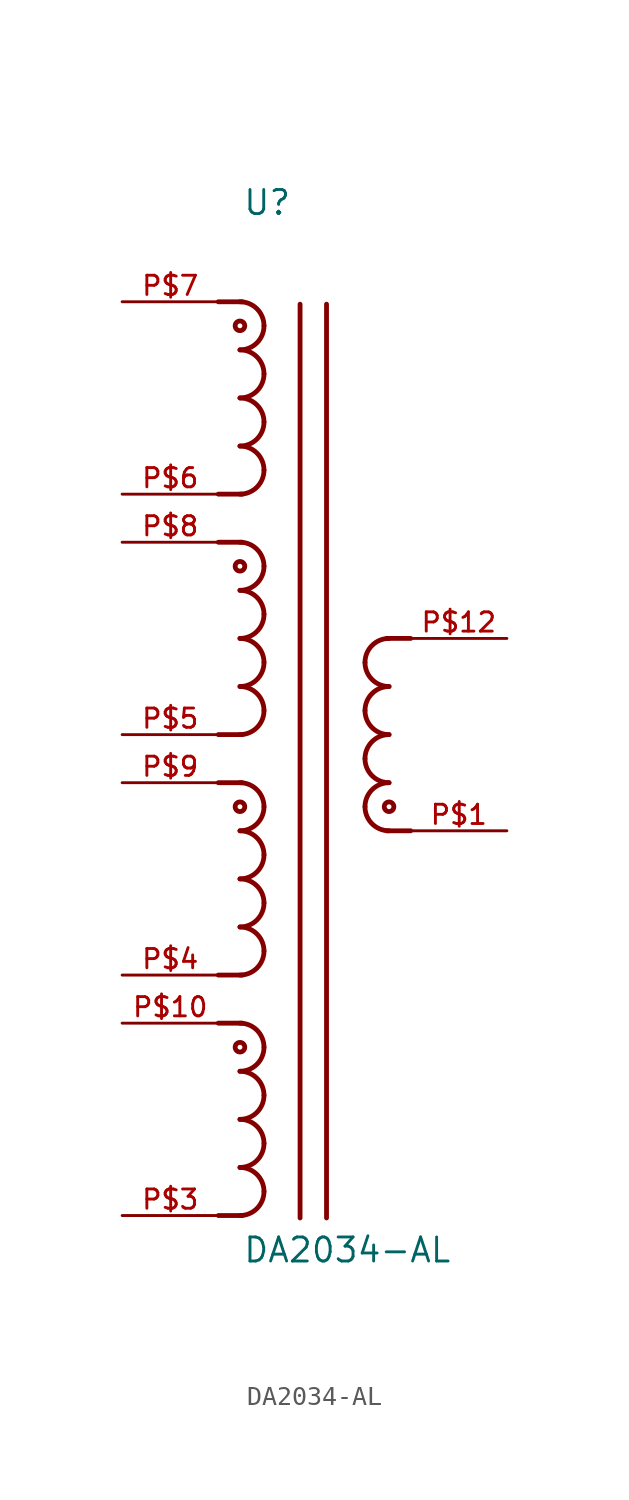
<source format=kicad_sym>
(kicad_symbol_lib
  (version 20211014)
  (generator kicad_symbol_editor)
  (symbol "DA2034-AL"
    (pin_names
      (offset 1.016) hide)
    (property "Reference" "U"
      (at -6.35 27.356 0)
      (effects (font (size 1.27 1.27)) (justify left bottom)))
    (property "Value" "DA2034-AL"
      (at -6.35 -27.965 0)
      (effects (font (size 1.27 1.27)) (justify left bottom)))
    (property "ki_locked" ""
      (at 0 0 0)
      (effects (font (size 1.27 1.27))))
    (symbol "DA2034-AL_0_0"
      (arc (start -6.477 -25.4) (mid -5.579 -25.028) (end -5.207 -24.13) (stroke (width 0.254) (type default) (color 0 0 0 0)) (fill (type none)))
      (arc (start -6.477 -22.86) (mid -5.579 -22.488) (end -5.207 -21.59) (stroke (width 0.254) (type default) (color 0 0 0 0)) (fill (type none)))
      (arc (start -6.477 -20.32) (mid -5.579 -19.948) (end -5.207 -19.05) (stroke (width 0.254) (type default) (color 0 0 0 0)) (fill (type none)))
      (arc (start -6.477 -17.78) (mid -5.579 -17.408) (end -5.207 -16.51) (stroke (width 0.254) (type default) (color 0 0 0 0)) (fill (type none)))
      (circle (center -6.477 -16.51) (radius 0.254) (stroke (width 0.254) (type default) (color 0 0 0 0)) (fill (type none)))
      (arc (start -6.477 -12.7) (mid -5.579 -12.328) (end -5.207 -11.43) (stroke (width 0.254) (type default) (color 0 0 0 0)) (fill (type none)))
      (arc (start -6.477 -10.16) (mid -5.579 -9.788) (end -5.207 -8.89) (stroke (width 0.254) (type default) (color 0 0 0 0)) (fill (type none)))
      (arc (start -6.477 -7.62) (mid -5.579 -7.248) (end -5.207 -6.35) (stroke (width 0.254) (type default) (color 0 0 0 0)) (fill (type none)))
      (arc (start -6.477 -5.08) (mid -5.579 -4.708) (end -5.207 -3.81) (stroke (width 0.254) (type default) (color 0 0 0 0)) (fill (type none)))
      (circle (center -6.477 -3.81) (radius 0.254) (stroke (width 0.254) (type default) (color 0 0 0 0)) (fill (type none)))
      (arc (start -6.477 0) (mid -5.579 0.372) (end -5.207 1.27) (stroke (width 0.254) (type default) (color 0 0 0 0)) (fill (type none)))
      (arc (start -6.477 2.54) (mid -5.579 2.912) (end -5.207 3.81) (stroke (width 0.254) (type default) (color 0 0 0 0)) (fill (type none)))
      (arc (start -6.477 5.08) (mid -5.579 5.452) (end -5.207 6.35) (stroke (width 0.254) (type default) (color 0 0 0 0)) (fill (type none)))
      (arc (start -6.477 7.62) (mid -5.579 7.992) (end -5.207 8.89) (stroke (width 0.254) (type default) (color 0 0 0 0)) (fill (type none)))
      (circle (center -6.477 8.89) (radius 0.254) (stroke (width 0.254) (type default) (color 0 0 0 0)) (fill (type none)))
      (arc (start -6.477 12.7) (mid -5.579 13.072) (end -5.207 13.97) (stroke (width 0.254) (type default) (color 0 0 0 0)) (fill (type none)))
      (arc (start -6.477 15.24) (mid -5.579 15.612) (end -5.207 16.51) (stroke (width 0.254) (type default) (color 0 0 0 0)) (fill (type none)))
      (arc (start -6.477 17.78) (mid -5.579 18.152) (end -5.207 19.05) (stroke (width 0.254) (type default) (color 0 0 0 0)) (fill (type none)))
      (arc (start -6.477 20.32) (mid -5.579 20.692) (end -5.207 21.59) (stroke (width 0.254) (type default) (color 0 0 0 0)) (fill (type none)))
      (circle (center -6.477 21.59) (radius 0.254) (stroke (width 0.254) (type default) (color 0 0 0 0)) (fill (type none)))
      (arc (start -5.207 -24.13) (mid -5.579 -23.232) (end -6.477 -22.86) (stroke (width 0.254) (type default) (color 0 0 0 0)) (fill (type none)))
      (arc (start -5.207 -21.59) (mid -5.579 -20.692) (end -6.477 -20.32) (stroke (width 0.254) (type default) (color 0 0 0 0)) (fill (type none)))
      (arc (start -5.207 -19.05) (mid -5.579 -18.152) (end -6.477 -17.78) (stroke (width 0.254) (type default) (color 0 0 0 0)) (fill (type none)))
      (arc (start -5.207 -16.51) (mid -5.579 -15.612) (end -6.477 -15.24) (stroke (width 0.254) (type default) (color 0 0 0 0)) (fill (type none)))
      (arc (start -5.207 -11.43) (mid -5.579 -10.532) (end -6.477 -10.16) (stroke (width 0.254) (type default) (color 0 0 0 0)) (fill (type none)))
      (arc (start -5.207 -8.89) (mid -5.579 -7.992) (end -6.477 -7.62) (stroke (width 0.254) (type default) (color 0 0 0 0)) (fill (type none)))
      (arc (start -5.207 -6.35) (mid -5.579 -5.452) (end -6.477 -5.08) (stroke (width 0.254) (type default) (color 0 0 0 0)) (fill (type none)))
      (arc (start -5.207 -3.81) (mid -5.579 -2.912) (end -6.477 -2.54) (stroke (width 0.254) (type default) (color 0 0 0 0)) (fill (type none)))
      (arc (start -5.207 1.27) (mid -5.579 2.168) (end -6.477 2.54) (stroke (width 0.254) (type default) (color 0 0 0 0)) (fill (type none)))
      (arc (start -5.207 3.81) (mid -5.579 4.708) (end -6.477 5.08) (stroke (width 0.254) (type default) (color 0 0 0 0)) (fill (type none)))
      (arc (start -5.207 6.35) (mid -5.579 7.248) (end -6.477 7.62) (stroke (width 0.254) (type default) (color 0 0 0 0)) (fill (type none)))
      (arc (start -5.207 8.89) (mid -5.579 9.788) (end -6.477 10.16) (stroke (width 0.254) (type default) (color 0 0 0 0)) (fill (type none)))
      (arc (start -5.207 13.97) (mid -5.579 14.868) (end -6.477 15.24) (stroke (width 0.254) (type default) (color 0 0 0 0)) (fill (type none)))
      (arc (start -5.207 16.51) (mid -5.579 17.408) (end -6.477 17.78) (stroke (width 0.254) (type default) (color 0 0 0 0)) (fill (type none)))
      (arc (start -5.207 19.05) (mid -5.579 19.948) (end -6.477 20.32) (stroke (width 0.254) (type default) (color 0 0 0 0)) (fill (type none)))
      (arc (start -5.207 21.59) (mid -5.579 22.488) (end -6.477 22.86) (stroke (width 0.254) (type default) (color 0 0 0 0)) (fill (type none)))
      (polyline (pts (xy -6.35 -25.4) (xy -7.62 -25.4)) (stroke (width 0.254) (type default) (color 0 0 0 0)) (fill (type none)))
      (polyline (pts (xy -6.35 -15.24) (xy -7.62 -15.24)) (stroke (width 0.254) (type default) (color 0 0 0 0)) (fill (type none)))
      (polyline (pts (xy -6.35 -12.7) (xy -7.62 -12.7)) (stroke (width 0.254) (type default) (color 0 0 0 0)) (fill (type none)))
      (polyline (pts (xy -6.35 -2.54) (xy -7.62 -2.54)) (stroke (width 0.254) (type default) (color 0 0 0 0)) (fill (type none)))
      (polyline (pts (xy -6.35 0) (xy -7.62 0)) (stroke (width 0.254) (type default) (color 0 0 0 0)) (fill (type none)))
      (polyline (pts (xy -6.35 10.16) (xy -7.62 10.16)) (stroke (width 0.254) (type default) (color 0 0 0 0)) (fill (type none)))
      (polyline (pts (xy -6.35 12.7) (xy -7.62 12.7)) (stroke (width 0.254) (type default) (color 0 0 0 0)) (fill (type none)))
      (polyline (pts (xy -6.35 22.86) (xy -7.62 22.86)) (stroke (width 0.254) (type default) (color 0 0 0 0)) (fill (type none)))
      (polyline (pts (xy -3.302 22.733) (xy -3.302 -25.527)) (stroke (width 0.254) (type default) (color 0 0 0 0)) (fill (type none)))
      (polyline (pts (xy -1.905 -25.527) (xy -1.905 22.733)) (stroke (width 0.254) (type default) (color 0 0 0 0)) (fill (type none)))
      (polyline (pts (xy 1.27 -5.08) (xy 2.54 -5.08)) (stroke (width 0.254) (type default) (color 0 0 0 0)) (fill (type none)))
      (polyline (pts (xy 1.27 5.08) (xy 2.54 5.08)) (stroke (width 0.254) (type default) (color 0 0 0 0)) (fill (type none)))
      (arc (start 0.127 -3.81) (mid 0.499 -4.708) (end 1.397 -5.08) (stroke (width 0.254) (type default) (color 0 0 0 0)) (fill (type none)))
      (arc (start 0.127 -1.27) (mid 0.499 -2.168) (end 1.397 -2.54) (stroke (width 0.254) (type default) (color 0 0 0 0)) (fill (type none)))
      (arc (start 0.127 1.27) (mid 0.499 0.372) (end 1.397 0) (stroke (width 0.254) (type default) (color 0 0 0 0)) (fill (type none)))
      (arc (start 0.127 3.81) (mid 0.499 2.912) (end 1.397 2.54) (stroke (width 0.254) (type default) (color 0 0 0 0)) (fill (type none)))
      (circle (center 1.397 -3.81) (radius 0.254) (stroke (width 0.254) (type default) (color 0 0 0 0)) (fill (type none)))
      (arc (start 1.397 -2.54) (mid 0.499 -2.912) (end 0.127 -3.81) (stroke (width 0.254) (type default) (color 0 0 0 0)) (fill (type none)))
      (arc (start 1.397 0) (mid 0.499 -0.372) (end 0.127 -1.27) (stroke (width 0.254) (type default) (color 0 0 0 0)) (fill (type none)))
      (arc (start 1.397 2.54) (mid 0.499 2.168) (end 0.127 1.27) (stroke (width 0.254) (type default) (color 0 0 0 0)) (fill (type none)))
      (arc (start 1.397 5.08) (mid 0.499 4.708) (end 0.127 3.81) (stroke (width 0.254) (type default) (color 0 0 0 0)) (fill (type none)))
      (pin passive line (at 7.62 -5.08 180) (length 5.08) (name "~" (effects (font (size 1.016 1.016)))) (number "P$1" (effects (font (size 1.016 1.016)))))
      (pin passive line (at -12.7 -15.24 0) (length 5.08) (name "~" (effects (font (size 1.016 1.016)))) (number "P$10" (effects (font (size 1.016 1.016)))))
      (pin passive line (at 7.62 5.08 180) (length 5.08) (name "~" (effects (font (size 1.016 1.016)))) (number "P$12" (effects (font (size 1.016 1.016)))))
      (pin passive line (at -12.7 -25.4 0) (length 5.08) (name "~" (effects (font (size 1.016 1.016)))) (number "P$3" (effects (font (size 1.016 1.016)))))
      (pin passive line (at -12.7 -12.7 0) (length 5.08) (name "~" (effects (font (size 1.016 1.016)))) (number "P$4" (effects (font (size 1.016 1.016)))))
      (pin passive line (at -12.7 0 0) (length 5.08) (name "~" (effects (font (size 1.016 1.016)))) (number "P$5" (effects (font (size 1.016 1.016)))))
      (pin passive line (at -12.7 12.7 0) (length 5.08) (name "~" (effects (font (size 1.016 1.016)))) (number "P$6" (effects (font (size 1.016 1.016)))))
      (pin passive line (at -12.7 22.86 0) (length 5.08) (name "~" (effects (font (size 1.016 1.016)))) (number "P$7" (effects (font (size 1.016 1.016)))))
      (pin passive line (at -12.7 10.16 0) (length 5.08) (name "~" (effects (font (size 1.016 1.016)))) (number "P$8" (effects (font (size 1.016 1.016)))))
      (pin passive line (at -12.7 -2.54 0) (length 5.08) (name "~" (effects (font (size 1.016 1.016)))) (number "P$9" (effects (font (size 1.016 1.016))))))))
</source>
